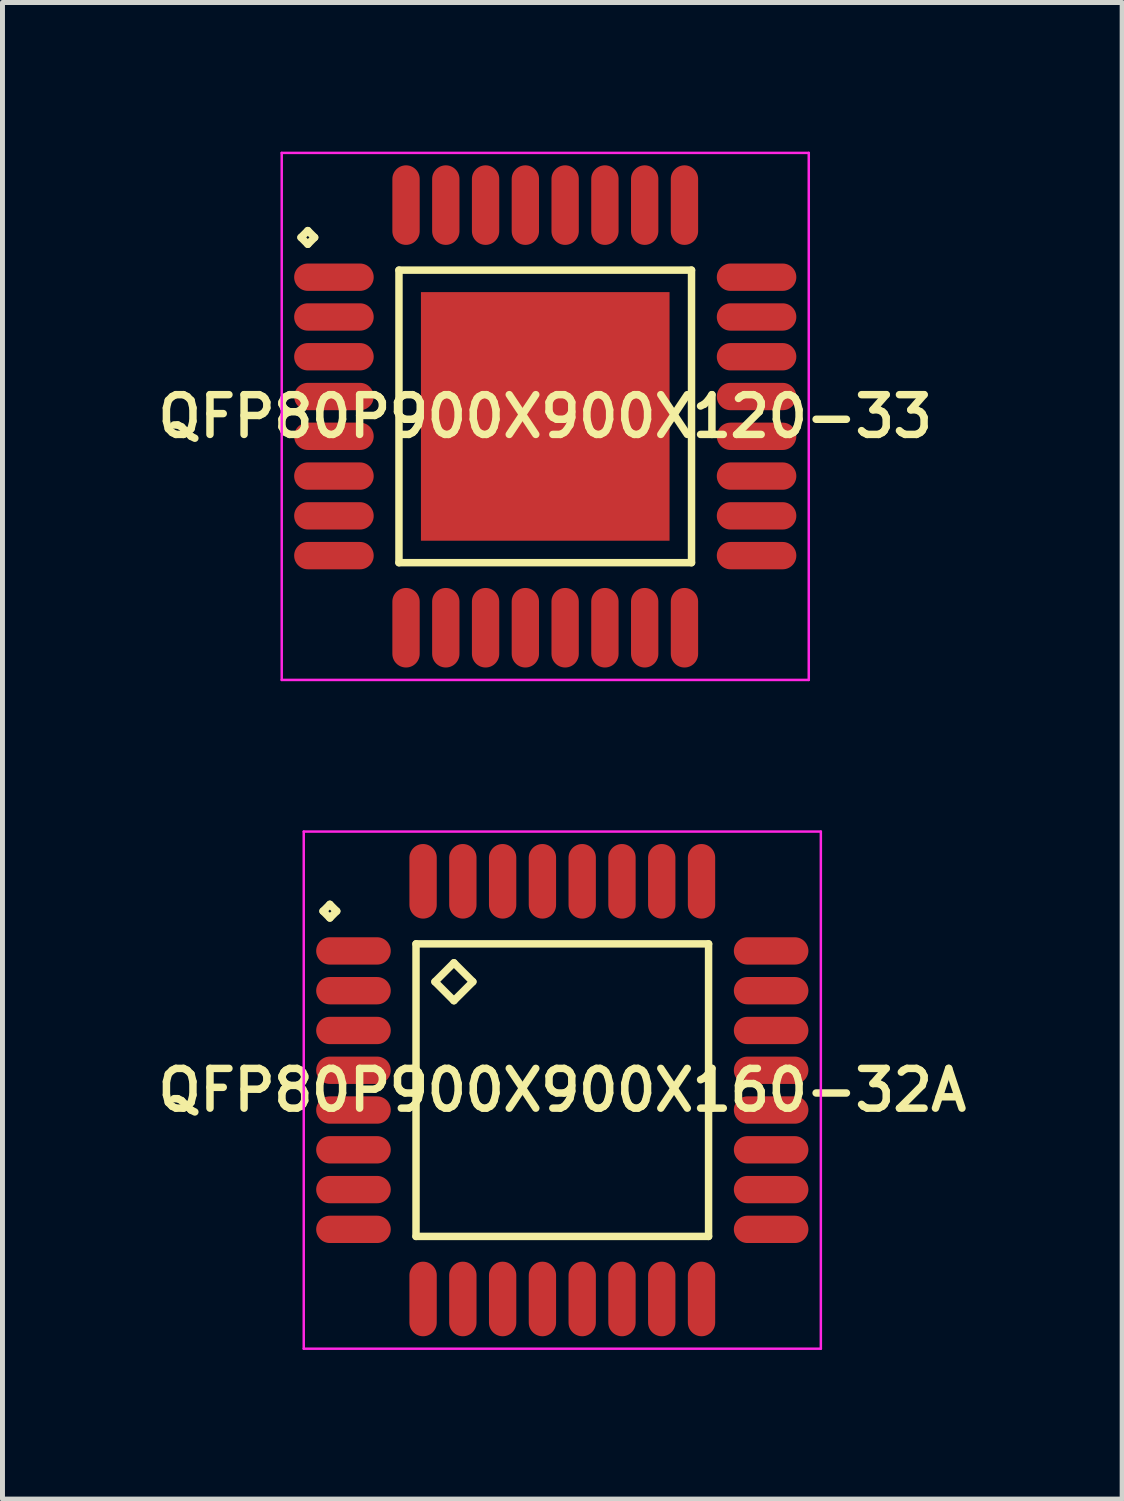
<source format=kicad_pcb>
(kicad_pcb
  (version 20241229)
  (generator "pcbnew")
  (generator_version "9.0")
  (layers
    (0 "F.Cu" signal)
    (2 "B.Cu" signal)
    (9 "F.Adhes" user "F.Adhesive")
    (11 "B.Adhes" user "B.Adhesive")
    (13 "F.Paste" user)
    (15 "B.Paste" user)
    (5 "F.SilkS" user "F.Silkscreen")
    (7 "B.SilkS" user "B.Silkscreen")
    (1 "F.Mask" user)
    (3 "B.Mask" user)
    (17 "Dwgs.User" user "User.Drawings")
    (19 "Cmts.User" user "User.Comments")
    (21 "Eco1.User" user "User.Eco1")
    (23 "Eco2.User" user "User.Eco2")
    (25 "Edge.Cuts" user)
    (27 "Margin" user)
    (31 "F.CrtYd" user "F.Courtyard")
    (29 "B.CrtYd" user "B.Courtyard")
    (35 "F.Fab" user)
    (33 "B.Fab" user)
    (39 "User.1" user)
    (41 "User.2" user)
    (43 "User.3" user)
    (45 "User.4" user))
  (footprint "QFP80P900X900X160-32A"
    (layer "F.Cu")
    (at 8.259 18.875)
    (property "Reference" "QFP80P900X900X160-32A" (at 0 0 0) (layer "F.SilkS") (effects (font (size 0.8 0.8) (thickness 0.15))))
    (attr smd)
    (fp_line (start -4.812 -3.6) (end -4.675 -3.737) (stroke (width 0.15) (type solid)) (layer "F.SilkS"))
    (fp_line (start -4.675 -3.737) (end -4.537 -3.6) (stroke (width 0.15) (type solid)) (layer "F.SilkS"))
    (fp_line (start -4.675 -3.462) (end -4.812 -3.6) (stroke (width 0.15) (type solid)) (layer "F.SilkS"))
    (fp_line (start -4.537 -3.6) (end -4.675 -3.462) (stroke (width 0.15) (type solid)) (layer "F.SilkS"))
    (fp_line (start -2.942 -2.942) (end -2.942 2.942) (stroke (width 0.15) (type solid)) (layer "F.SilkS"))
    (fp_line (start -2.942 2.942) (end 2.942 2.942) (stroke (width 0.15) (type solid)) (layer "F.SilkS"))
    (fp_line (start -2.561 -2.18) (end -2.18 -2.561) (stroke (width 0.15) (type solid)) (layer "F.SilkS"))
    (fp_line (start -2.18 -2.561) (end -1.799 -2.18) (stroke (width 0.15) (type solid)) (layer "F.SilkS"))
    (fp_line (start -2.18 -1.799) (end -2.561 -2.18) (stroke (width 0.15) (type solid)) (layer "F.SilkS"))
    (fp_line (start -1.799 -2.18) (end -2.18 -1.799) (stroke (width 0.15) (type solid)) (layer "F.SilkS"))
    (fp_line (start 2.942 -2.942) (end -2.942 -2.942) (stroke (width 0.15) (type solid)) (layer "F.SilkS"))
    (fp_line (start 2.942 2.942) (end 2.942 -2.942) (stroke (width 0.15) (type solid)) (layer "F.SilkS"))
    (fp_line (start -5.2 -5.2) (end 5.2 -5.2) (stroke (width 0.05) (type solid)) (layer "F.CrtYd"))
    (fp_line (start -5.2 5.2) (end -5.2 -5.2) (stroke (width 0.05) (type solid)) (layer "F.CrtYd"))
    (fp_line (start 5.2 -5.2) (end 5.2 5.2) (stroke (width 0.05) (type solid)) (layer "F.CrtYd"))
    (fp_line (start 5.2 5.2) (end -5.2 5.2) (stroke (width 0.05) (type solid)) (layer "F.CrtYd"))
    (pad "1" smd oval (at -4.2 -2.8) (size 1.5 0.55) (layers "F.Cu" "F.Mask" "F.Paste"))
    (pad "2" smd oval (at -4.2 -2) (size 1.5 0.55) (layers "F.Cu" "F.Mask" "F.Paste"))
    (pad "3" smd oval (at -4.2 -1.2) (size 1.5 0.55) (layers "F.Cu" "F.Mask" "F.Paste"))
    (pad "4" smd oval (at -4.2 -0.4) (size 1.5 0.55) (layers "F.Cu" "F.Mask" "F.Paste"))
    (pad "5" smd oval (at -4.2 0.4) (size 1.5 0.55) (layers "F.Cu" "F.Mask" "F.Paste"))
    (pad "6" smd oval (at -4.2 1.2) (size 1.5 0.55) (layers "F.Cu" "F.Mask" "F.Paste"))
    (pad "7" smd oval (at -4.2 2) (size 1.5 0.55) (layers "F.Cu" "F.Mask" "F.Paste"))
    (pad "8" smd oval (at -4.2 2.8) (size 1.5 0.55) (layers "F.Cu" "F.Mask" "F.Paste"))
    (pad "9" smd oval (at -2.8 4.2) (size 0.55 1.5) (layers "F.Cu" "F.Mask" "F.Paste"))
    (pad "10" smd oval (at -2 4.2) (size 0.55 1.5) (layers "F.Cu" "F.Mask" "F.Paste"))
    (pad "11" smd oval (at -1.2 4.2) (size 0.55 1.5) (layers "F.Cu" "F.Mask" "F.Paste"))
    (pad "12" smd oval (at -0.4 4.2) (size 0.55 1.5) (layers "F.Cu" "F.Mask" "F.Paste"))
    (pad "13" smd oval (at 0.4 4.2) (size 0.55 1.5) (layers "F.Cu" "F.Mask" "F.Paste"))
    (pad "14" smd oval (at 1.2 4.2) (size 0.55 1.5) (layers "F.Cu" "F.Mask" "F.Paste"))
    (pad "15" smd oval (at 2 4.2) (size 0.55 1.5) (layers "F.Cu" "F.Mask" "F.Paste"))
    (pad "16" smd oval (at 2.8 4.2) (size 0.55 1.5) (layers "F.Cu" "F.Mask" "F.Paste"))
    (pad "17" smd oval (at 4.2 2.8) (size 1.5 0.55) (layers "F.Cu" "F.Mask" "F.Paste"))
    (pad "18" smd oval (at 4.2 2) (size 1.5 0.55) (layers "F.Cu" "F.Mask" "F.Paste"))
    (pad "19" smd oval (at 4.2 1.2) (size 1.5 0.55) (layers "F.Cu" "F.Mask" "F.Paste"))
    (pad "20" smd oval (at 4.2 0.4) (size 1.5 0.55) (layers "F.Cu" "F.Mask" "F.Paste"))
    (pad "21" smd oval (at 4.2 -0.4) (size 1.5 0.55) (layers "F.Cu" "F.Mask" "F.Paste"))
    (pad "22" smd oval (at 4.2 -1.2) (size 1.5 0.55) (layers "F.Cu" "F.Mask" "F.Paste"))
    (pad "23" smd oval (at 4.2 -2) (size 1.5 0.55) (layers "F.Cu" "F.Mask" "F.Paste"))
    (pad "24" smd oval (at 4.2 -2.8) (size 1.5 0.55) (layers "F.Cu" "F.Mask" "F.Paste"))
    (pad "25" smd oval (at 2.8 -4.2) (size 0.55 1.5) (layers "F.Cu" "F.Mask" "F.Paste"))
    (pad "26" smd oval (at 2 -4.2) (size 0.55 1.5) (layers "F.Cu" "F.Mask" "F.Paste"))
    (pad "27" smd oval (at 1.2 -4.2) (size 0.55 1.5) (layers "F.Cu" "F.Mask" "F.Paste"))
    (pad "28" smd oval (at 0.4 -4.2) (size 0.55 1.5) (layers "F.Cu" "F.Mask" "F.Paste"))
    (pad "29" smd oval (at -0.4 -4.2) (size 0.55 1.5) (layers "F.Cu" "F.Mask" "F.Paste"))
    (pad "30" smd oval (at -1.2 -4.2) (size 0.55 1.5) (layers "F.Cu" "F.Mask" "F.Paste"))
    (pad "31" smd oval (at -2 -4.2) (size 0.55 1.5) (layers "F.Cu" "F.Mask" "F.Paste"))
    (pad "32" smd oval (at -2.8 -4.2) (size 0.55 1.5) (layers "F.Cu" "F.Mask" "F.Paste")))
  (footprint "QFP80P900X900X120-33"
    (layer "F.Cu")
    (at 7.916 5.325)
    (property "Reference" "QFP80P900X900X120-33" (at 0 0 0) (layer "F.SilkS") (effects (font (size 0.8 0.8) (thickness 0.15))))
    (attr smd)
    (fp_line (start -4.912 -3.6) (end -4.775 -3.737) (stroke (width 0.15) (type solid)) (layer "F.SilkS"))
    (fp_line (start -4.775 -3.737) (end -4.638 -3.6) (stroke (width 0.15) (type solid)) (layer "F.SilkS"))
    (fp_line (start -4.775 -3.462) (end -4.912 -3.6) (stroke (width 0.15) (type solid)) (layer "F.SilkS"))
    (fp_line (start -4.638 -3.6) (end -4.775 -3.462) (stroke (width 0.15) (type solid)) (layer "F.SilkS"))
    (fp_line (start -2.942 -2.942) (end -2.942 2.942) (stroke (width 0.15) (type solid)) (layer "F.SilkS"))
    (fp_line (start -2.942 2.942) (end 2.942 2.942) (stroke (width 0.15) (type solid)) (layer "F.SilkS"))
    (fp_line (start 2.942 -2.942) (end -2.942 -2.942) (stroke (width 0.15) (type solid)) (layer "F.SilkS"))
    (fp_line (start 2.942 2.942) (end 2.942 -2.942) (stroke (width 0.15) (type solid)) (layer "F.SilkS"))
    (fp_line (start -5.3 -5.3) (end 5.3 -5.3) (stroke (width 0.05) (type solid)) (layer "F.CrtYd"))
    (fp_line (start -5.3 5.3) (end -5.3 -5.3) (stroke (width 0.05) (type solid)) (layer "F.CrtYd"))
    (fp_line (start 5.3 -5.3) (end 5.3 5.3) (stroke (width 0.05) (type solid)) (layer "F.CrtYd"))
    (fp_line (start 5.3 5.3) (end -5.3 5.3) (stroke (width 0.05) (type solid)) (layer "F.CrtYd"))
    (pad "1" smd oval (at -4.25 -2.8) (size 1.6 0.55) (layers "F.Cu" "F.Mask" "F.Paste"))
    (pad "2" smd oval (at -4.25 -2) (size 1.6 0.55) (layers "F.Cu" "F.Mask" "F.Paste"))
    (pad "3" smd oval (at -4.25 -1.2) (size 1.6 0.55) (layers "F.Cu" "F.Mask" "F.Paste"))
    (pad "4" smd oval (at -4.25 -0.4) (size 1.6 0.55) (layers "F.Cu" "F.Mask" "F.Paste"))
    (pad "5" smd oval (at -4.25 0.4) (size 1.6 0.55) (layers "F.Cu" "F.Mask" "F.Paste"))
    (pad "6" smd oval (at -4.25 1.2) (size 1.6 0.55) (layers "F.Cu" "F.Mask" "F.Paste"))
    (pad "7" smd oval (at -4.25 2) (size 1.6 0.55) (layers "F.Cu" "F.Mask" "F.Paste"))
    (pad "8" smd oval (at -4.25 2.8) (size 1.6 0.55) (layers "F.Cu" "F.Mask" "F.Paste"))
    (pad "9" smd oval (at -2.8 4.25) (size 0.55 1.6) (layers "F.Cu" "F.Mask" "F.Paste"))
    (pad "10" smd oval (at -2 4.25) (size 0.55 1.6) (layers "F.Cu" "F.Mask" "F.Paste"))
    (pad "11" smd oval (at -1.2 4.25) (size 0.55 1.6) (layers "F.Cu" "F.Mask" "F.Paste"))
    (pad "12" smd oval (at -0.4 4.25) (size 0.55 1.6) (layers "F.Cu" "F.Mask" "F.Paste"))
    (pad "13" smd oval (at 0.4 4.25) (size 0.55 1.6) (layers "F.Cu" "F.Mask" "F.Paste"))
    (pad "14" smd oval (at 1.2 4.25) (size 0.55 1.6) (layers "F.Cu" "F.Mask" "F.Paste"))
    (pad "15" smd oval (at 2 4.25) (size 0.55 1.6) (layers "F.Cu" "F.Mask" "F.Paste"))
    (pad "16" smd oval (at 2.8 4.25) (size 0.55 1.6) (layers "F.Cu" "F.Mask" "F.Paste"))
    (pad "17" smd oval (at 4.25 2.8) (size 1.6 0.55) (layers "F.Cu" "F.Mask" "F.Paste"))
    (pad "18" smd oval (at 4.25 2) (size 1.6 0.55) (layers "F.Cu" "F.Mask" "F.Paste"))
    (pad "19" smd oval (at 4.25 1.2) (size 1.6 0.55) (layers "F.Cu" "F.Mask" "F.Paste"))
    (pad "20" smd oval (at 4.25 0.4) (size 1.6 0.55) (layers "F.Cu" "F.Mask" "F.Paste"))
    (pad "21" smd oval (at 4.25 -0.4) (size 1.6 0.55) (layers "F.Cu" "F.Mask" "F.Paste"))
    (pad "22" smd oval (at 4.25 -1.2) (size 1.6 0.55) (layers "F.Cu" "F.Mask" "F.Paste"))
    (pad "23" smd oval (at 4.25 -2) (size 1.6 0.55) (layers "F.Cu" "F.Mask" "F.Paste"))
    (pad "24" smd oval (at 4.25 -2.8) (size 1.6 0.55) (layers "F.Cu" "F.Mask" "F.Paste"))
    (pad "25" smd oval (at 2.8 -4.25) (size 0.55 1.6) (layers "F.Cu" "F.Mask" "F.Paste"))
    (pad "26" smd oval (at 2 -4.25) (size 0.55 1.6) (layers "F.Cu" "F.Mask" "F.Paste"))
    (pad "27" smd oval (at 1.2 -4.25) (size 0.55 1.6) (layers "F.Cu" "F.Mask" "F.Paste"))
    (pad "28" smd oval (at 0.4 -4.25) (size 0.55 1.6) (layers "F.Cu" "F.Mask" "F.Paste"))
    (pad "29" smd oval (at -0.4 -4.25) (size 0.55 1.6) (layers "F.Cu" "F.Mask" "F.Paste"))
    (pad "30" smd oval (at -1.2 -4.25) (size 0.55 1.6) (layers "F.Cu" "F.Mask" "F.Paste"))
    (pad "31" smd oval (at -2 -4.25) (size 0.55 1.6) (layers "F.Cu" "F.Mask" "F.Paste"))
    (pad "32" smd oval (at -2.8 -4.25) (size 0.55 1.6) (layers "F.Cu" "F.Mask" "F.Paste"))
    (pad "33" smd rect (at 0 0) (size 5 5) (layers "F.Cu" "F.Mask" "F.Paste")))
  (gr_rect
    (start -3 -3)
    (end 19.519 27.1)
    (stroke (width 0.1) (type default))
    (fill no)
    (layer "Edge.Cuts")))
</source>
